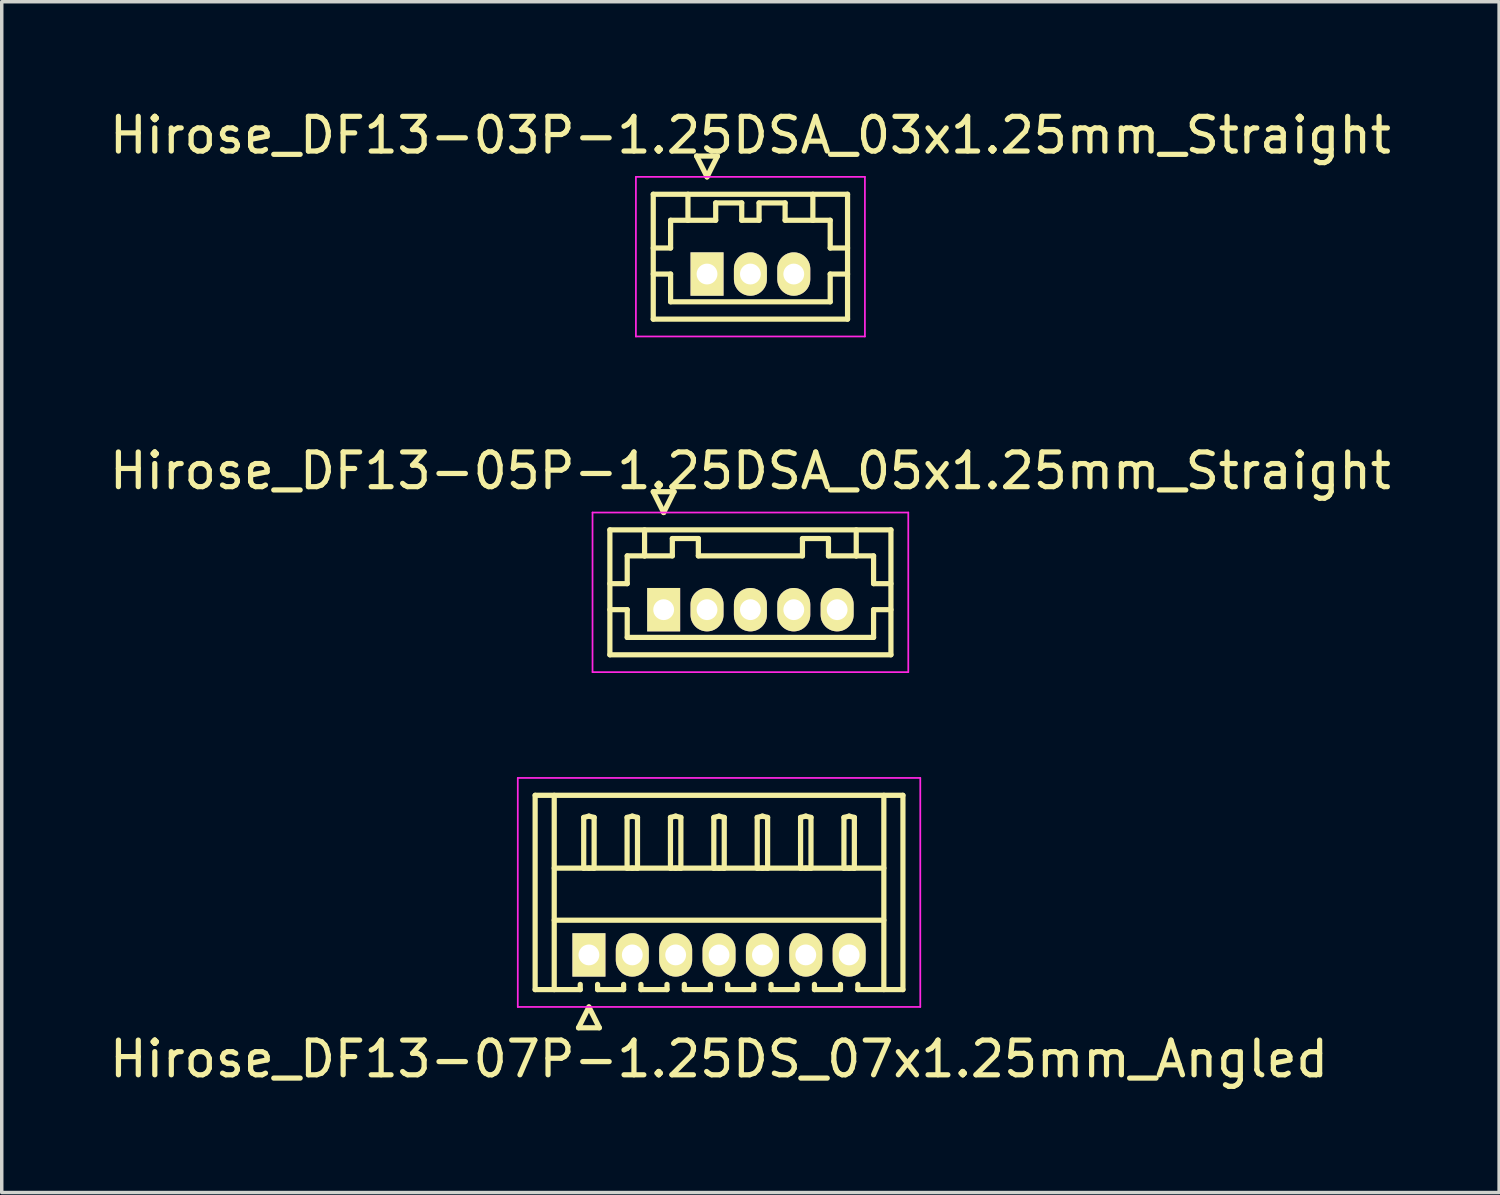
<source format=kicad_pcb>
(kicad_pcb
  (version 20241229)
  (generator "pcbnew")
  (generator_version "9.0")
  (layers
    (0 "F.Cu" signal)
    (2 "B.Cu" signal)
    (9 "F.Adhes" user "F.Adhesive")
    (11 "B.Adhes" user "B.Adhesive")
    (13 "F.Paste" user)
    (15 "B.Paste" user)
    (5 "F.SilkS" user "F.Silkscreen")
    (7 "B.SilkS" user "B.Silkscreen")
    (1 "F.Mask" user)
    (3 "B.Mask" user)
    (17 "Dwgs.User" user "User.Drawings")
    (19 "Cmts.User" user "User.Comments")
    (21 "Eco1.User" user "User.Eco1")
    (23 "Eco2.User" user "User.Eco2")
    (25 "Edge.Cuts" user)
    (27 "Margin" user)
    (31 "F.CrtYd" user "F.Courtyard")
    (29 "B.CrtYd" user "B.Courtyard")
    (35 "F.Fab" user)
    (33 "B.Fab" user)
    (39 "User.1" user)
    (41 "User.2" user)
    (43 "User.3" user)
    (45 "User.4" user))
  (footprint "Hirose_DF13-03P-1.25DSA_03x1.25mm_Straight"
    (layer "F.Cu")
    (at 17.327 4.848)
    (property "Reference" "Hirose_DF13-03P-1.25DSA_03x1.25mm_Straight" (at 1.25 -4 0) (layer "F.SilkS") (effects (font (size 1 1) (thickness 0.15))))
    (attr through_hole)
    (fp_line (start -1.55 -2.3) (end -1.55 1.3) (stroke (width 0.15) (type solid)) (layer "F.SilkS"))
    (fp_line (start -1.55 -0.75) (end -1.05 -0.75) (stroke (width 0.15) (type solid)) (layer "F.SilkS"))
    (fp_line (start -1.55 0) (end -1.05 0) (stroke (width 0.15) (type solid)) (layer "F.SilkS"))
    (fp_line (start -1.55 1.3) (end 4.05 1.3) (stroke (width 0.15) (type solid)) (layer "F.SilkS"))
    (fp_line (start -1.05 -1.55) (end -0.55 -1.55) (stroke (width 0.15) (type solid)) (layer "F.SilkS"))
    (fp_line (start -1.05 -0.75) (end -1.05 -1.55) (stroke (width 0.15) (type solid)) (layer "F.SilkS"))
    (fp_line (start -1.05 0) (end -1.05 0.8) (stroke (width 0.15) (type solid)) (layer "F.SilkS"))
    (fp_line (start -1.05 0.8) (end 3.55 0.8) (stroke (width 0.15) (type solid)) (layer "F.SilkS"))
    (fp_line (start -0.55 -1.55) (end -0.55 -2.3) (stroke (width 0.15) (type solid)) (layer "F.SilkS"))
    (fp_line (start -0.55 -1.55) (end 0.25 -1.55) (stroke (width 0.15) (type solid)) (layer "F.SilkS"))
    (fp_line (start -0.3 -3.4) (end 0.3 -3.4) (stroke (width 0.15) (type solid)) (layer "F.SilkS"))
    (fp_line (start 0 -2.8) (end -0.3 -3.4) (stroke (width 0.15) (type solid)) (layer "F.SilkS"))
    (fp_line (start 0.25 -2.05) (end 1 -2.05) (stroke (width 0.15) (type solid)) (layer "F.SilkS"))
    (fp_line (start 0.25 -1.55) (end 0.25 -2.05) (stroke (width 0.15) (type solid)) (layer "F.SilkS"))
    (fp_line (start 0.3 -3.4) (end 0 -2.8) (stroke (width 0.15) (type solid)) (layer "F.SilkS"))
    (fp_line (start 1 -2.05) (end 1 -1.55) (stroke (width 0.15) (type solid)) (layer "F.SilkS"))
    (fp_line (start 1 -1.55) (end 1.5 -1.55) (stroke (width 0.15) (type solid)) (layer "F.SilkS"))
    (fp_line (start 1.5 -2.05) (end 2.25 -2.05) (stroke (width 0.15) (type solid)) (layer "F.SilkS"))
    (fp_line (start 1.5 -1.55) (end 1.5 -2.05) (stroke (width 0.15) (type solid)) (layer "F.SilkS"))
    (fp_line (start 2.25 -2.05) (end 2.25 -1.55) (stroke (width 0.15) (type solid)) (layer "F.SilkS"))
    (fp_line (start 2.25 -1.55) (end 3.05 -1.55) (stroke (width 0.15) (type solid)) (layer "F.SilkS"))
    (fp_line (start 3.05 -1.55) (end 3.05 -2.3) (stroke (width 0.15) (type solid)) (layer "F.SilkS"))
    (fp_line (start 3.55 -1.55) (end 3.05 -1.55) (stroke (width 0.15) (type solid)) (layer "F.SilkS"))
    (fp_line (start 3.55 -0.75) (end 3.55 -1.55) (stroke (width 0.15) (type solid)) (layer "F.SilkS"))
    (fp_line (start 3.55 0) (end 4.05 0) (stroke (width 0.15) (type solid)) (layer "F.SilkS"))
    (fp_line (start 3.55 0.8) (end 3.55 0) (stroke (width 0.15) (type solid)) (layer "F.SilkS"))
    (fp_line (start 4.05 -2.3) (end -1.55 -2.3) (stroke (width 0.15) (type solid)) (layer "F.SilkS"))
    (fp_line (start 4.05 -0.75) (end 3.55 -0.75) (stroke (width 0.15) (type solid)) (layer "F.SilkS"))
    (fp_line (start 4.05 1.3) (end 4.05 -2.3) (stroke (width 0.15) (type solid)) (layer "F.SilkS"))
    (fp_line (start -2.05 -2.8) (end -2.05 1.8) (stroke (width 0.05) (type solid)) (layer "F.CrtYd"))
    (fp_line (start -2.05 1.8) (end 4.55 1.8) (stroke (width 0.05) (type solid)) (layer "F.CrtYd"))
    (fp_line (start 4.55 -2.8) (end -2.05 -2.8) (stroke (width 0.05) (type solid)) (layer "F.CrtYd"))
    (fp_line (start 4.55 1.8) (end 4.55 -2.8) (stroke (width 0.05) (type solid)) (layer "F.CrtYd"))
    (pad "1" thru_hole rect (at 0 0) (size 0.95 1.25) (drill 0.6) (layers "*.Cu" "*.Mask" "F.SilkS"))
    (pad "2" thru_hole oval (at 1.25 0) (size 0.95 1.25) (drill 0.6) (layers "*.Cu" "*.Mask" "F.SilkS"))
    (pad "3" thru_hole oval (at 2.5 0) (size 0.95 1.25) (drill 0.6) (layers "*.Cu" "*.Mask" "F.SilkS")))
  (footprint "Hirose_DF13-05P-1.25DSA_05x1.25mm_Straight"
    (layer "F.Cu")
    (at 16.077 14.521)
    (property "Reference" "Hirose_DF13-05P-1.25DSA_05x1.25mm_Straight" (at 2.5 -4 0) (layer "F.SilkS") (effects (font (size 1 1) (thickness 0.15))))
    (attr through_hole)
    (fp_line (start -1.55 -2.3) (end -1.55 1.3) (stroke (width 0.15) (type solid)) (layer "F.SilkS"))
    (fp_line (start -1.55 -0.75) (end -1.05 -0.75) (stroke (width 0.15) (type solid)) (layer "F.SilkS"))
    (fp_line (start -1.55 0) (end -1.05 0) (stroke (width 0.15) (type solid)) (layer "F.SilkS"))
    (fp_line (start -1.55 1.3) (end 6.55 1.3) (stroke (width 0.15) (type solid)) (layer "F.SilkS"))
    (fp_line (start -1.05 -1.55) (end -0.55 -1.55) (stroke (width 0.15) (type solid)) (layer "F.SilkS"))
    (fp_line (start -1.05 -0.75) (end -1.05 -1.55) (stroke (width 0.15) (type solid)) (layer "F.SilkS"))
    (fp_line (start -1.05 0) (end -1.05 0.8) (stroke (width 0.15) (type solid)) (layer "F.SilkS"))
    (fp_line (start -1.05 0.8) (end 6.05 0.8) (stroke (width 0.15) (type solid)) (layer "F.SilkS"))
    (fp_line (start -0.55 -1.55) (end -0.55 -2.3) (stroke (width 0.15) (type solid)) (layer "F.SilkS"))
    (fp_line (start -0.55 -1.55) (end 0.25 -1.55) (stroke (width 0.15) (type solid)) (layer "F.SilkS"))
    (fp_line (start -0.3 -3.4) (end 0.3 -3.4) (stroke (width 0.15) (type solid)) (layer "F.SilkS"))
    (fp_line (start 0 -2.8) (end -0.3 -3.4) (stroke (width 0.15) (type solid)) (layer "F.SilkS"))
    (fp_line (start 0.25 -2.05) (end 1 -2.05) (stroke (width 0.15) (type solid)) (layer "F.SilkS"))
    (fp_line (start 0.25 -1.55) (end 0.25 -2.05) (stroke (width 0.15) (type solid)) (layer "F.SilkS"))
    (fp_line (start 0.3 -3.4) (end 0 -2.8) (stroke (width 0.15) (type solid)) (layer "F.SilkS"))
    (fp_line (start 1 -2.05) (end 1 -1.55) (stroke (width 0.15) (type solid)) (layer "F.SilkS"))
    (fp_line (start 1 -1.55) (end 4 -1.55) (stroke (width 0.15) (type solid)) (layer "F.SilkS"))
    (fp_line (start 4 -2.05) (end 4.75 -2.05) (stroke (width 0.15) (type solid)) (layer "F.SilkS"))
    (fp_line (start 4 -1.55) (end 4 -2.05) (stroke (width 0.15) (type solid)) (layer "F.SilkS"))
    (fp_line (start 4.75 -2.05) (end 4.75 -1.55) (stroke (width 0.15) (type solid)) (layer "F.SilkS"))
    (fp_line (start 4.75 -1.55) (end 5.55 -1.55) (stroke (width 0.15) (type solid)) (layer "F.SilkS"))
    (fp_line (start 5.55 -1.55) (end 5.55 -2.3) (stroke (width 0.15) (type solid)) (layer "F.SilkS"))
    (fp_line (start 6.05 -1.55) (end 5.55 -1.55) (stroke (width 0.15) (type solid)) (layer "F.SilkS"))
    (fp_line (start 6.05 -0.75) (end 6.05 -1.55) (stroke (width 0.15) (type solid)) (layer "F.SilkS"))
    (fp_line (start 6.05 0) (end 6.55 0) (stroke (width 0.15) (type solid)) (layer "F.SilkS"))
    (fp_line (start 6.05 0.8) (end 6.05 0) (stroke (width 0.15) (type solid)) (layer "F.SilkS"))
    (fp_line (start 6.55 -2.3) (end -1.55 -2.3) (stroke (width 0.15) (type solid)) (layer "F.SilkS"))
    (fp_line (start 6.55 -0.75) (end 6.05 -0.75) (stroke (width 0.15) (type solid)) (layer "F.SilkS"))
    (fp_line (start 6.55 1.3) (end 6.55 -2.3) (stroke (width 0.15) (type solid)) (layer "F.SilkS"))
    (fp_line (start -2.05 -2.8) (end -2.05 1.8) (stroke (width 0.05) (type solid)) (layer "F.CrtYd"))
    (fp_line (start -2.05 1.8) (end 7.05 1.8) (stroke (width 0.05) (type solid)) (layer "F.CrtYd"))
    (fp_line (start 7.05 -2.8) (end -2.05 -2.8) (stroke (width 0.05) (type solid)) (layer "F.CrtYd"))
    (fp_line (start 7.05 1.8) (end 7.05 -2.8) (stroke (width 0.05) (type solid)) (layer "F.CrtYd"))
    (pad "1" thru_hole rect (at 0 0) (size 0.95 1.25) (drill 0.6) (layers "*.Cu" "*.Mask" "F.SilkS"))
    (pad "2" thru_hole oval (at 1.25 0) (size 0.95 1.25) (drill 0.6) (layers "*.Cu" "*.Mask" "F.SilkS"))
    (pad "3" thru_hole oval (at 2.5 0) (size 0.95 1.25) (drill 0.6) (layers "*.Cu" "*.Mask" "F.SilkS"))
    (pad "4" thru_hole oval (at 3.75 0) (size 0.95 1.25) (drill 0.6) (layers "*.Cu" "*.Mask" "F.SilkS"))
    (pad "5" thru_hole oval (at 5 0) (size 0.95 1.25) (drill 0.6) (layers "*.Cu" "*.Mask" "F.SilkS")))
  (footprint "Hirose_DF13-07P-1.25DS_07x1.25mm_Angled"
    (layer "F.Cu")
    (at 13.923 24.471)
    (property "Reference" "Hirose_DF13-07P-1.25DS_07x1.25mm_Angled" (at 3.75 3 0) (layer "F.SilkS") (effects (font (size 1 1) (thickness 0.15))))
    (attr through_hole)
    (fp_line (start -1.55 -4.6) (end 9.05 -4.6) (stroke (width 0.15) (type solid)) (layer "F.SilkS"))
    (fp_line (start -1.55 1) (end -1.55 -4.6) (stroke (width 0.15) (type solid)) (layer "F.SilkS"))
    (fp_line (start -1 -4.6) (end -1 1) (stroke (width 0.15) (type solid)) (layer "F.SilkS"))
    (fp_line (start -1 -2.5) (end 8.5 -2.5) (stroke (width 0.15) (type solid)) (layer "F.SilkS"))
    (fp_line (start -1 -1) (end 8.5 -1) (stroke (width 0.15) (type solid)) (layer "F.SilkS"))
    (fp_line (start -0.3 2.1) (end 0.3 2.1) (stroke (width 0.15) (type solid)) (layer "F.SilkS"))
    (fp_line (start -0.25 0.85) (end -0.25 1) (stroke (width 0.15) (type solid)) (layer "F.SilkS"))
    (fp_line (start -0.25 1) (end -1.55 1) (stroke (width 0.15) (type solid)) (layer "F.SilkS"))
    (fp_line (start -0.15 -3.962) (end 0 -4) (stroke (width 0.15) (type solid)) (layer "F.SilkS"))
    (fp_line (start -0.15 -2.5) (end -0.15 -3.962) (stroke (width 0.15) (type solid)) (layer "F.SilkS"))
    (fp_line (start 0 -4) (end 0.15 -3.962) (stroke (width 0.15) (type solid)) (layer "F.SilkS"))
    (fp_line (start 0 -2.5) (end -0.15 -2.5) (stroke (width 0.15) (type solid)) (layer "F.SilkS"))
    (fp_line (start 0 1.5) (end -0.3 2.1) (stroke (width 0.15) (type solid)) (layer "F.SilkS"))
    (fp_line (start 0.15 -3.962) (end 0.15 -2.5) (stroke (width 0.15) (type solid)) (layer "F.SilkS"))
    (fp_line (start 0.15 -2.5) (end 0 -2.5) (stroke (width 0.15) (type solid)) (layer "F.SilkS"))
    (fp_line (start 0.25 0.85) (end 0.25 1) (stroke (width 0.15) (type solid)) (layer "F.SilkS"))
    (fp_line (start 0.25 1) (end 1 1) (stroke (width 0.15) (type solid)) (layer "F.SilkS"))
    (fp_line (start 0.3 2.1) (end 0 1.5) (stroke (width 0.15) (type solid)) (layer "F.SilkS"))
    (fp_line (start 1 1) (end 1 0.85) (stroke (width 0.15) (type solid)) (layer "F.SilkS"))
    (fp_line (start 1.1 -3.962) (end 1.25 -4) (stroke (width 0.15) (type solid)) (layer "F.SilkS"))
    (fp_line (start 1.1 -2.5) (end 1.1 -3.962) (stroke (width 0.15) (type solid)) (layer "F.SilkS"))
    (fp_line (start 1.25 -4) (end 1.4 -3.962) (stroke (width 0.15) (type solid)) (layer "F.SilkS"))
    (fp_line (start 1.25 -2.5) (end 1.1 -2.5) (stroke (width 0.15) (type solid)) (layer "F.SilkS"))
    (fp_line (start 1.4 -3.962) (end 1.4 -2.5) (stroke (width 0.15) (type solid)) (layer "F.SilkS"))
    (fp_line (start 1.4 -2.5) (end 1.25 -2.5) (stroke (width 0.15) (type solid)) (layer "F.SilkS"))
    (fp_line (start 1.5 0.85) (end 1.5 1) (stroke (width 0.15) (type solid)) (layer "F.SilkS"))
    (fp_line (start 1.5 1) (end 2.25 1) (stroke (width 0.15) (type solid)) (layer "F.SilkS"))
    (fp_line (start 2.25 1) (end 2.25 0.85) (stroke (width 0.15) (type solid)) (layer "F.SilkS"))
    (fp_line (start 2.35 -3.962) (end 2.5 -4) (stroke (width 0.15) (type solid)) (layer "F.SilkS"))
    (fp_line (start 2.35 -2.5) (end 2.35 -3.962) (stroke (width 0.15) (type solid)) (layer "F.SilkS"))
    (fp_line (start 2.5 -4) (end 2.65 -3.962) (stroke (width 0.15) (type solid)) (layer "F.SilkS"))
    (fp_line (start 2.5 -2.5) (end 2.35 -2.5) (stroke (width 0.15) (type solid)) (layer "F.SilkS"))
    (fp_line (start 2.65 -3.962) (end 2.65 -2.5) (stroke (width 0.15) (type solid)) (layer "F.SilkS"))
    (fp_line (start 2.65 -2.5) (end 2.5 -2.5) (stroke (width 0.15) (type solid)) (layer "F.SilkS"))
    (fp_line (start 2.75 0.85) (end 2.75 1) (stroke (width 0.15) (type solid)) (layer "F.SilkS"))
    (fp_line (start 2.75 1) (end 3.5 1) (stroke (width 0.15) (type solid)) (layer "F.SilkS"))
    (fp_line (start 3.5 1) (end 3.5 0.85) (stroke (width 0.15) (type solid)) (layer "F.SilkS"))
    (fp_line (start 3.6 -3.962) (end 3.75 -4) (stroke (width 0.15) (type solid)) (layer "F.SilkS"))
    (fp_line (start 3.6 -2.5) (end 3.6 -3.962) (stroke (width 0.15) (type solid)) (layer "F.SilkS"))
    (fp_line (start 3.75 -4) (end 3.9 -3.962) (stroke (width 0.15) (type solid)) (layer "F.SilkS"))
    (fp_line (start 3.75 -2.5) (end 3.6 -2.5) (stroke (width 0.15) (type solid)) (layer "F.SilkS"))
    (fp_line (start 3.9 -3.962) (end 3.9 -2.5) (stroke (width 0.15) (type solid)) (layer "F.SilkS"))
    (fp_line (start 3.9 -2.5) (end 3.75 -2.5) (stroke (width 0.15) (type solid)) (layer "F.SilkS"))
    (fp_line (start 4 0.85) (end 4 1) (stroke (width 0.15) (type solid)) (layer "F.SilkS"))
    (fp_line (start 4 1) (end 4.75 1) (stroke (width 0.15) (type solid)) (layer "F.SilkS"))
    (fp_line (start 4.75 1) (end 4.75 0.85) (stroke (width 0.15) (type solid)) (layer "F.SilkS"))
    (fp_line (start 4.85 -3.962) (end 5 -4) (stroke (width 0.15) (type solid)) (layer "F.SilkS"))
    (fp_line (start 4.85 -2.5) (end 4.85 -3.962) (stroke (width 0.15) (type solid)) (layer "F.SilkS"))
    (fp_line (start 5 -4) (end 5.15 -3.962) (stroke (width 0.15) (type solid)) (layer "F.SilkS"))
    (fp_line (start 5 -2.5) (end 4.85 -2.5) (stroke (width 0.15) (type solid)) (layer "F.SilkS"))
    (fp_line (start 5.15 -3.962) (end 5.15 -2.5) (stroke (width 0.15) (type solid)) (layer "F.SilkS"))
    (fp_line (start 5.15 -2.5) (end 5 -2.5) (stroke (width 0.15) (type solid)) (layer "F.SilkS"))
    (fp_line (start 5.25 0.85) (end 5.25 1) (stroke (width 0.15) (type solid)) (layer "F.SilkS"))
    (fp_line (start 5.25 1) (end 6 1) (stroke (width 0.15) (type solid)) (layer "F.SilkS"))
    (fp_line (start 6 1) (end 6 0.85) (stroke (width 0.15) (type solid)) (layer "F.SilkS"))
    (fp_line (start 6.1 -3.962) (end 6.25 -4) (stroke (width 0.15) (type solid)) (layer "F.SilkS"))
    (fp_line (start 6.1 -2.5) (end 6.1 -3.962) (stroke (width 0.15) (type solid)) (layer "F.SilkS"))
    (fp_line (start 6.25 -4) (end 6.4 -3.962) (stroke (width 0.15) (type solid)) (layer "F.SilkS"))
    (fp_line (start 6.25 -2.5) (end 6.1 -2.5) (stroke (width 0.15) (type solid)) (layer "F.SilkS"))
    (fp_line (start 6.4 -3.962) (end 6.4 -2.5) (stroke (width 0.15) (type solid)) (layer "F.SilkS"))
    (fp_line (start 6.4 -2.5) (end 6.25 -2.5) (stroke (width 0.15) (type solid)) (layer "F.SilkS"))
    (fp_line (start 6.5 0.85) (end 6.5 1) (stroke (width 0.15) (type solid)) (layer "F.SilkS"))
    (fp_line (start 6.5 1) (end 7.25 1) (stroke (width 0.15) (type solid)) (layer "F.SilkS"))
    (fp_line (start 7.25 1) (end 7.25 0.85) (stroke (width 0.15) (type solid)) (layer "F.SilkS"))
    (fp_line (start 7.35 -3.962) (end 7.5 -4) (stroke (width 0.15) (type solid)) (layer "F.SilkS"))
    (fp_line (start 7.35 -2.5) (end 7.35 -3.962) (stroke (width 0.15) (type solid)) (layer "F.SilkS"))
    (fp_line (start 7.5 -4) (end 7.65 -3.962) (stroke (width 0.15) (type solid)) (layer "F.SilkS"))
    (fp_line (start 7.5 -2.5) (end 7.35 -2.5) (stroke (width 0.15) (type solid)) (layer "F.SilkS"))
    (fp_line (start 7.65 -3.962) (end 7.65 -2.5) (stroke (width 0.15) (type solid)) (layer "F.SilkS"))
    (fp_line (start 7.65 -2.5) (end 7.5 -2.5) (stroke (width 0.15) (type solid)) (layer "F.SilkS"))
    (fp_line (start 7.75 1) (end 7.75 0.85) (stroke (width 0.15) (type solid)) (layer "F.SilkS"))
    (fp_line (start 8.5 -4.6) (end 8.5 1) (stroke (width 0.15) (type solid)) (layer "F.SilkS"))
    (fp_line (start 9.05 -4.6) (end 9.05 1) (stroke (width 0.15) (type solid)) (layer "F.SilkS"))
    (fp_line (start 9.05 1) (end 7.75 1) (stroke (width 0.15) (type solid)) (layer "F.SilkS"))
    (fp_line (start -2.05 -5.1) (end -2.05 1.5) (stroke (width 0.05) (type solid)) (layer "F.CrtYd"))
    (fp_line (start -2.05 1.5) (end 9.55 1.5) (stroke (width 0.05) (type solid)) (layer "F.CrtYd"))
    (fp_line (start 9.55 -5.1) (end -2.05 -5.1) (stroke (width 0.05) (type solid)) (layer "F.CrtYd"))
    (fp_line (start 9.55 1.5) (end 9.55 -5.1) (stroke (width 0.05) (type solid)) (layer "F.CrtYd"))
    (pad "1" thru_hole rect (at 0 0) (size 0.95 1.25) (drill 0.6) (layers "*.Cu" "*.Mask" "F.SilkS"))
    (pad "2" thru_hole oval (at 1.25 0) (size 0.95 1.25) (drill 0.6) (layers "*.Cu" "*.Mask" "F.SilkS"))
    (pad "3" thru_hole oval (at 2.5 0) (size 0.95 1.25) (drill 0.6) (layers "*.Cu" "*.Mask" "F.SilkS"))
    (pad "4" thru_hole oval (at 3.75 0) (size 0.95 1.25) (drill 0.6) (layers "*.Cu" "*.Mask" "F.SilkS"))
    (pad "5" thru_hole oval (at 5 0) (size 0.95 1.25) (drill 0.6) (layers "*.Cu" "*.Mask" "F.SilkS"))
    (pad "6" thru_hole oval (at 6.25 0) (size 0.95 1.25) (drill 0.6) (layers "*.Cu" "*.Mask" "F.SilkS"))
    (pad "7" thru_hole oval (at 7.5 0) (size 0.95 1.25) (drill 0.6) (layers "*.Cu" "*.Mask" "F.SilkS")))
  (gr_rect
    (start -3 -3)
    (end 40.155 31.32)
    (stroke (width 0.1) (type default))
    (fill no)
    (layer "Edge.Cuts")))
</source>
